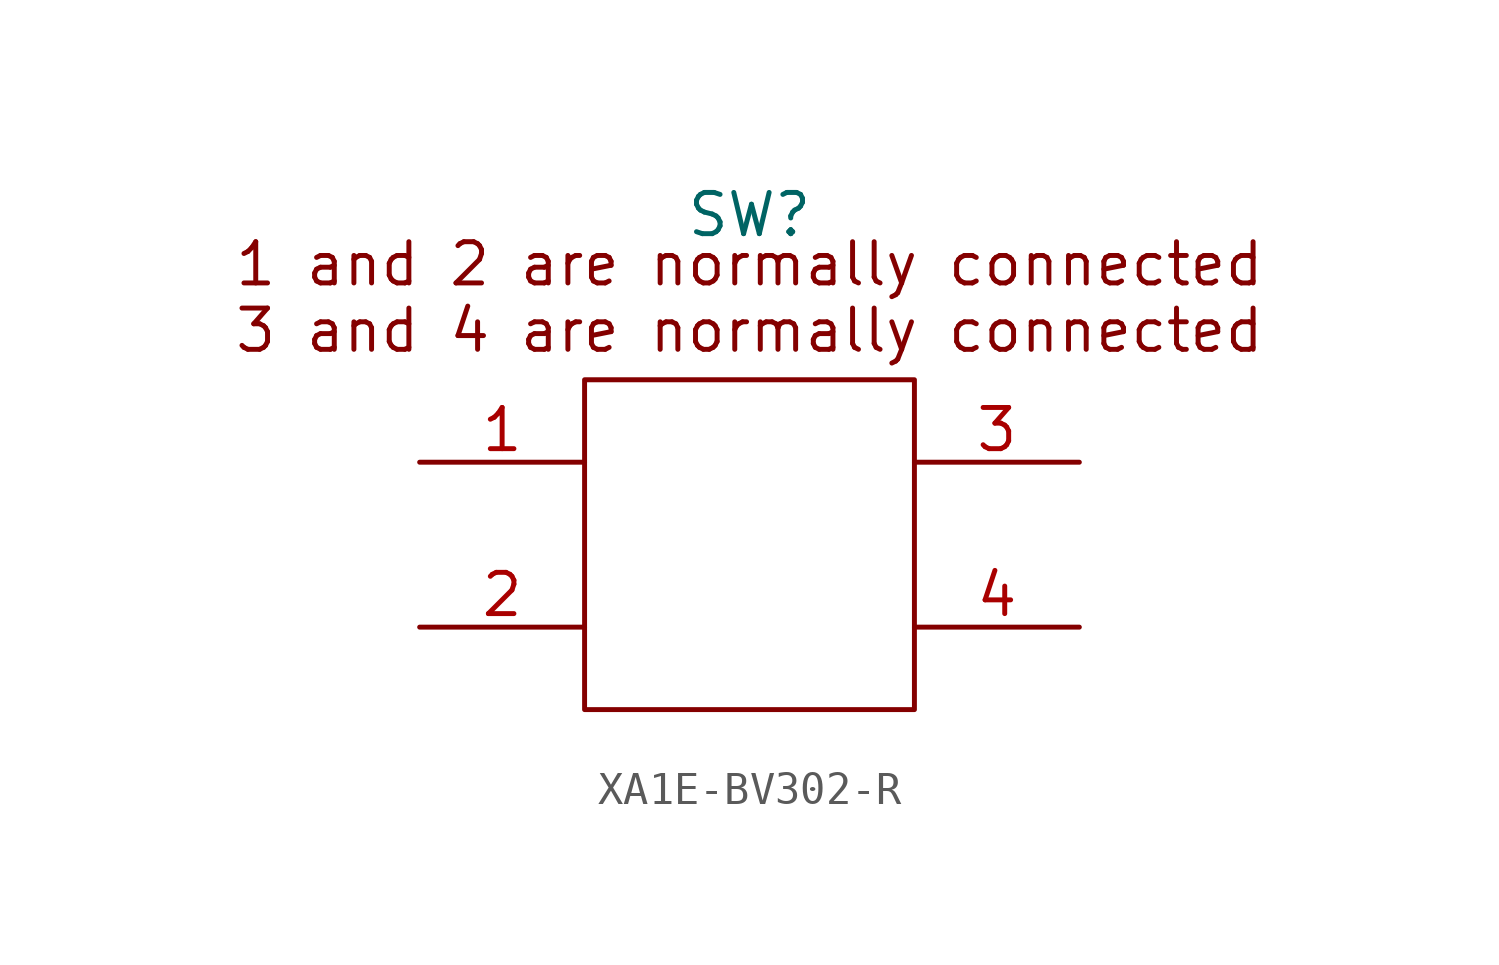
<source format=kicad_sym>
(kicad_symbol_lib
  (version 20220914)
  (generator kicad_symbol_editor)
  (symbol "XA1E-BV302-R"
    (property "Reference" "SW"
      (at 0 10.16 0)
      (effects (font (size 1.27 1.27))))
    (property "Value" ""
      (at 0 0 0)
      (effects (font (size 1.27 1.27))))
    (symbol "XA1E-BV302-R_0_1"
      (rectangle (start -5.08 5.08) (end 5.08 -5.08) (stroke (width 0) (type default)) (fill (type none))))
    (symbol "XA1E-BV302-R_1_1"
      (text "1 and 2 are normally connected\n3 and 4 are normally connected" (at 0 7.62 0) (effects (font (size 1.27 1.27))))
      (pin passive line (at -10.16 2.54 0) (length 5.08) (name "" (effects (font (size 1.27 1.27)))) (number "1" (effects (font (size 1.27 1.27)))))
      (pin passive line (at -10.16 -2.54 0) (length 5.08) (name "" (effects (font (size 1.27 1.27)))) (number "2" (effects (font (size 1.27 1.27)))))
      (pin passive line (at 10.16 2.54 180) (length 5.08) (name "" (effects (font (size 1.27 1.27)))) (number "3" (effects (font (size 1.27 1.27)))))
      (pin passive line (at 10.16 -2.54 180) (length 5.08) (name "" (effects (font (size 1.27 1.27)))) (number "4" (effects (font (size 1.27 1.27))))))))
</source>
